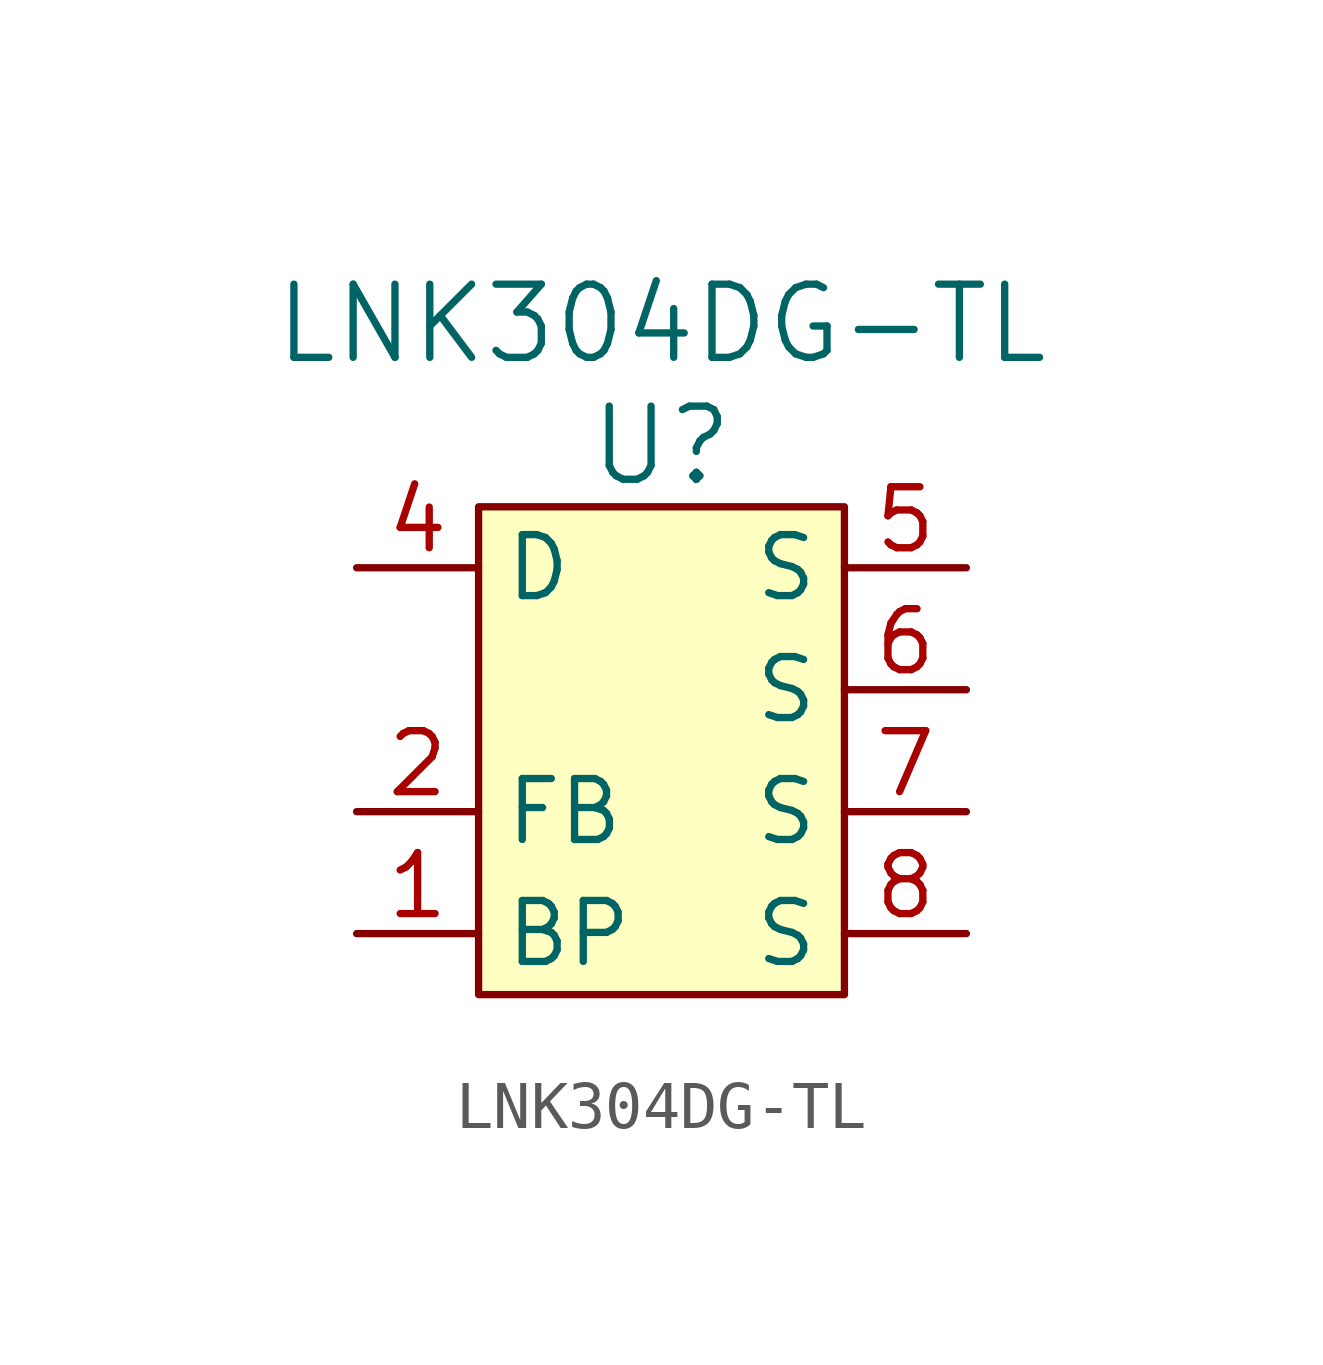
<source format=kicad_sym>
(kicad_symbol_lib
  (version 20231120)
  (generator "kicad_symbol_editor")
  (generator_version "8.0")
  (symbol "LNK304DG-TL"
    (property "Reference" "U"
      (at 1.27 5.08 0)
      (effects (font (size 1.524 1.524))))
    (property "Value" "LNK304DG-TL"
      (at 1.27 7.62 0)
      (effects (font (size 1.524 1.524))))
    (symbol "LNK304DG-TL_0_1"
      (rectangle (start -2.54 3.81) (end 5.08 -6.35) (stroke (width 0) (type solid)) (fill (type background))))
    (symbol "LNK304DG-TL_1_1"
      (pin passive line (at -5.08 -5.08 0) (length 2.54) (name "BP" (effects (font (size 1.27 1.27)))) (number "1" (effects (font (size 1.27 1.27)))))
      (pin input line (at -5.08 -2.54 0) (length 2.54) (name "FB" (effects (font (size 1.27 1.27)))) (number "2" (effects (font (size 1.27 1.27)))))
      (pin passive line (at -5.08 2.54 0) (length 2.54) (name "D" (effects (font (size 1.27 1.27)))) (number "4" (effects (font (size 1.27 1.27)))))
      (pin passive line (at 7.62 2.54 180) (length 2.54) (name "S" (effects (font (size 1.27 1.27)))) (number "5" (effects (font (size 1.27 1.27)))))
      (pin passive line (at 7.62 0 180) (length 2.54) (name "S" (effects (font (size 1.27 1.27)))) (number "6" (effects (font (size 1.27 1.27)))))
      (pin passive line (at 7.62 -2.54 180) (length 2.54) (name "S" (effects (font (size 1.27 1.27)))) (number "7" (effects (font (size 1.27 1.27)))))
      (pin passive line (at 7.62 -5.08 180) (length 2.54) (name "S" (effects (font (size 1.27 1.27)))) (number "8" (effects (font (size 1.27 1.27))))))))
</source>
